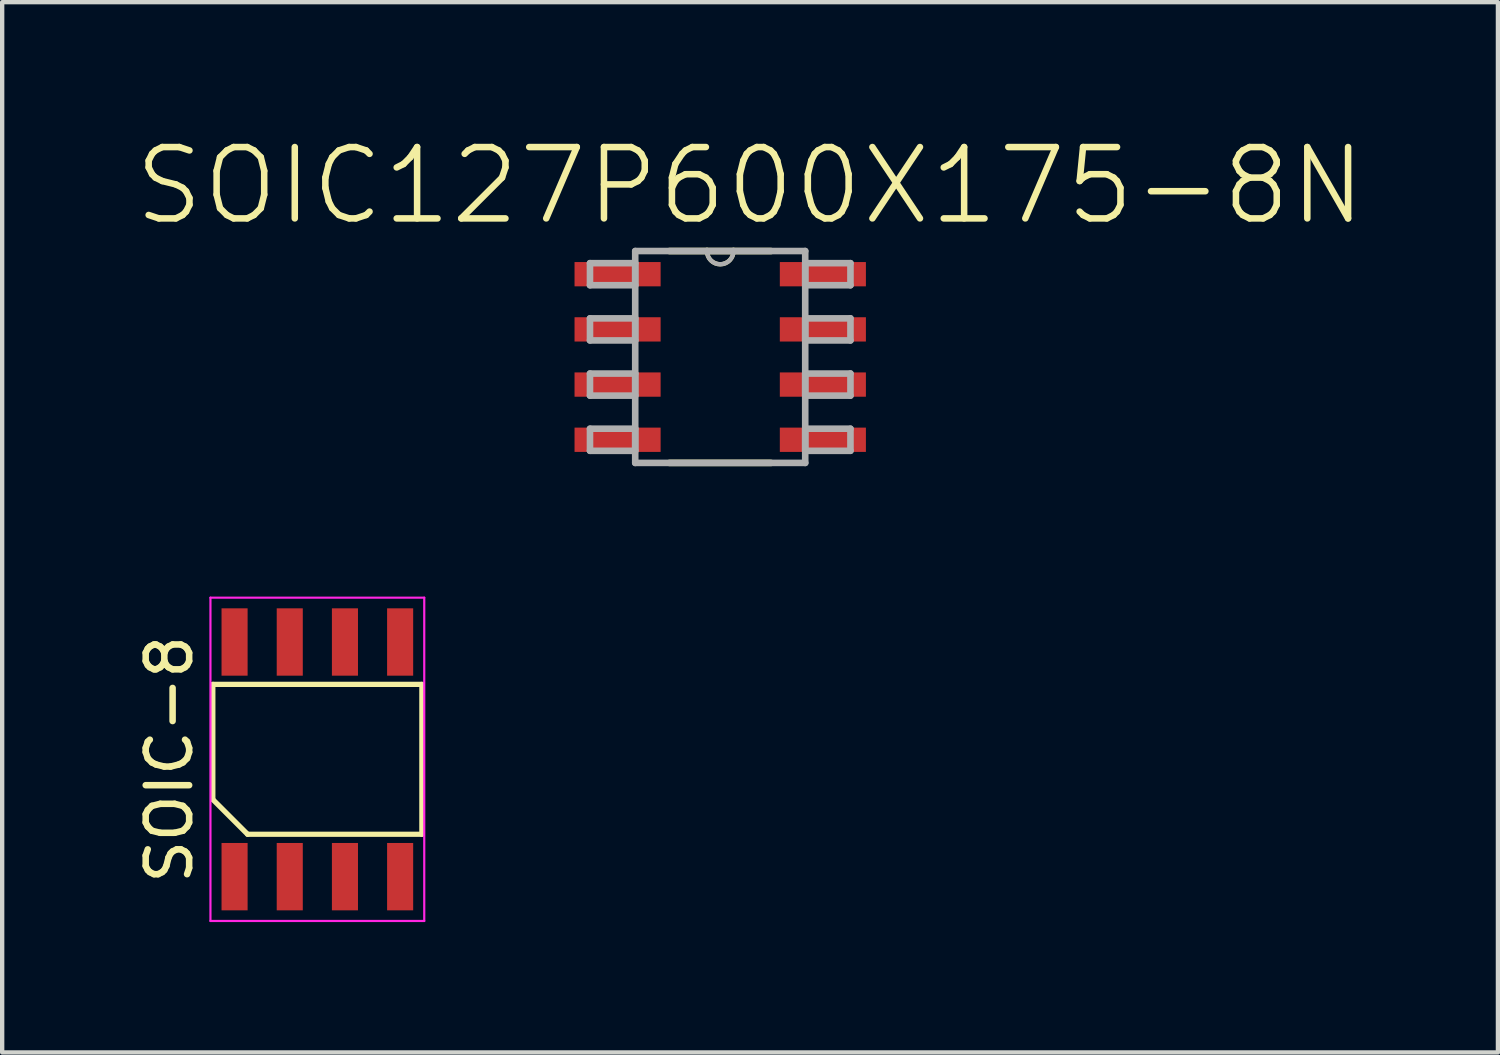
<source format=kicad_pcb>
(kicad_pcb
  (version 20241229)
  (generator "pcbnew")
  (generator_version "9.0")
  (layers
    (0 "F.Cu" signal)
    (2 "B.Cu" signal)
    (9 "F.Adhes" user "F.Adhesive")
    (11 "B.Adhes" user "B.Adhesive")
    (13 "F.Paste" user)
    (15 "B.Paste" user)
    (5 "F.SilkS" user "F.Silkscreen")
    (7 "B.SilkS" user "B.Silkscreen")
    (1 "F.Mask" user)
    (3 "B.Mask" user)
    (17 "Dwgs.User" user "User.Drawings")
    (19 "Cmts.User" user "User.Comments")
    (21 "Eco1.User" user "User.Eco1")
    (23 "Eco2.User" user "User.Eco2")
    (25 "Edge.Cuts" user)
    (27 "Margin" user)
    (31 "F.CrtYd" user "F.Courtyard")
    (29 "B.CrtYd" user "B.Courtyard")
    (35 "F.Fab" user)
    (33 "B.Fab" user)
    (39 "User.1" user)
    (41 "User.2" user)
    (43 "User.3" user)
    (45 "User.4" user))
  (footprint "SOIC127P600X175-8N"
    (layer "F.Cu")
    (at 13.524 5.165)
    (property "Reference" "SOIC127P600X175-8N" (at 0.687 -3.941 0) (layer "F.SilkS") (effects (font (size 1.642 1.642) (thickness 0.15))))
    (attr smd)
    (fp_line (start -1.168 2.438) (end 1.168 2.438) (stroke (width 0.152) (type solid)) (layer "F.SilkS"))
    (fp_line (start -0.305 -2.438) (end -1.168 -2.438) (stroke (width 0.152) (type solid)) (layer "F.SilkS"))
    (fp_line (start 0.305 -2.438) (end -0.305 -2.438) (stroke (width 0.152) (type solid)) (layer "F.SilkS"))
    (fp_line (start 1.168 -2.438) (end 0.305 -2.438) (stroke (width 0.152) (type solid)) (layer "F.SilkS"))
    (fp_arc (start 0.3048 -2.4384) (mid 0 -2.1336) (end -0.3048 -2.4384) (stroke (width 0.1) (type solid)) (layer "F.SilkS"))
    (fp_line (start -2.997 -2.159) (end -2.997 -1.651) (stroke (width 0.152) (type solid)) (layer "F.Fab"))
    (fp_line (start -2.997 -1.651) (end -1.956 -1.651) (stroke (width 0.152) (type solid)) (layer "F.Fab"))
    (fp_line (start -2.997 -0.889) (end -2.997 -0.381) (stroke (width 0.152) (type solid)) (layer "F.Fab"))
    (fp_line (start -2.997 -0.381) (end -1.956 -0.381) (stroke (width 0.152) (type solid)) (layer "F.Fab"))
    (fp_line (start -2.997 0.381) (end -2.997 0.889) (stroke (width 0.152) (type solid)) (layer "F.Fab"))
    (fp_line (start -2.997 0.889) (end -1.956 0.889) (stroke (width 0.152) (type solid)) (layer "F.Fab"))
    (fp_line (start -2.997 1.651) (end -2.997 2.159) (stroke (width 0.152) (type solid)) (layer "F.Fab"))
    (fp_line (start -2.997 2.159) (end -1.956 2.159) (stroke (width 0.152) (type solid)) (layer "F.Fab"))
    (fp_line (start -1.956 -2.438) (end -1.956 2.438) (stroke (width 0.152) (type solid)) (layer "F.Fab"))
    (fp_line (start -1.956 -2.159) (end -2.997 -2.159) (stroke (width 0.152) (type solid)) (layer "F.Fab"))
    (fp_line (start -1.956 -1.651) (end -1.956 -2.159) (stroke (width 0.152) (type solid)) (layer "F.Fab"))
    (fp_line (start -1.956 -0.889) (end -2.997 -0.889) (stroke (width 0.152) (type solid)) (layer "F.Fab"))
    (fp_line (start -1.956 -0.381) (end -1.956 -0.889) (stroke (width 0.152) (type solid)) (layer "F.Fab"))
    (fp_line (start -1.956 0.381) (end -2.997 0.381) (stroke (width 0.152) (type solid)) (layer "F.Fab"))
    (fp_line (start -1.956 0.889) (end -1.956 0.381) (stroke (width 0.152) (type solid)) (layer "F.Fab"))
    (fp_line (start -1.956 1.651) (end -2.997 1.651) (stroke (width 0.152) (type solid)) (layer "F.Fab"))
    (fp_line (start -1.956 2.159) (end -1.956 1.651) (stroke (width 0.152) (type solid)) (layer "F.Fab"))
    (fp_line (start -1.956 2.438) (end 1.956 2.438) (stroke (width 0.152) (type solid)) (layer "F.Fab"))
    (fp_line (start -0.305 -2.438) (end -1.956 -2.438) (stroke (width 0.152) (type solid)) (layer "F.Fab"))
    (fp_line (start 0.305 -2.438) (end -0.305 -2.438) (stroke (width 0.152) (type solid)) (layer "F.Fab"))
    (fp_line (start 1.956 -2.438) (end 0.305 -2.438) (stroke (width 0.152) (type solid)) (layer "F.Fab"))
    (fp_line (start 1.956 -2.159) (end 1.956 -1.651) (stroke (width 0.152) (type solid)) (layer "F.Fab"))
    (fp_line (start 1.956 -1.651) (end 2.997 -1.651) (stroke (width 0.152) (type solid)) (layer "F.Fab"))
    (fp_line (start 1.956 -0.889) (end 1.956 -0.381) (stroke (width 0.152) (type solid)) (layer "F.Fab"))
    (fp_line (start 1.956 -0.381) (end 2.997 -0.381) (stroke (width 0.152) (type solid)) (layer "F.Fab"))
    (fp_line (start 1.956 0.381) (end 1.956 0.889) (stroke (width 0.152) (type solid)) (layer "F.Fab"))
    (fp_line (start 1.956 0.889) (end 2.997 0.889) (stroke (width 0.152) (type solid)) (layer "F.Fab"))
    (fp_line (start 1.956 1.651) (end 1.956 2.159) (stroke (width 0.152) (type solid)) (layer "F.Fab"))
    (fp_line (start 1.956 2.159) (end 2.997 2.159) (stroke (width 0.152) (type solid)) (layer "F.Fab"))
    (fp_line (start 1.956 2.438) (end 1.956 -2.438) (stroke (width 0.152) (type solid)) (layer "F.Fab"))
    (fp_line (start 2.997 -2.159) (end 1.956 -2.159) (stroke (width 0.152) (type solid)) (layer "F.Fab"))
    (fp_line (start 2.997 -1.651) (end 2.997 -2.159) (stroke (width 0.152) (type solid)) (layer "F.Fab"))
    (fp_line (start 2.997 -0.889) (end 1.956 -0.889) (stroke (width 0.152) (type solid)) (layer "F.Fab"))
    (fp_line (start 2.997 -0.381) (end 2.997 -0.889) (stroke (width 0.152) (type solid)) (layer "F.Fab"))
    (fp_line (start 2.997 0.381) (end 1.956 0.381) (stroke (width 0.152) (type solid)) (layer "F.Fab"))
    (fp_line (start 2.997 0.889) (end 2.997 0.381) (stroke (width 0.152) (type solid)) (layer "F.Fab"))
    (fp_line (start 2.997 1.651) (end 1.956 1.651) (stroke (width 0.152) (type solid)) (layer "F.Fab"))
    (fp_line (start 2.997 2.159) (end 2.997 1.651) (stroke (width 0.152) (type solid)) (layer "F.Fab"))
    (fp_arc (start 0.3048 -2.4384) (mid 0 -2.1336) (end -0.3048 -2.4384) (stroke (width 0.1) (type solid)) (layer "F.Fab"))
    (pad "1" smd rect (at -2.362 -1.905) (size 1.981 0.559) (layers "F.Cu" "F.Mask" "F.Paste"))
    (pad "2" smd rect (at -2.362 -0.635) (size 1.981 0.559) (layers "F.Cu" "F.Mask" "F.Paste"))
    (pad "3" smd rect (at -2.362 0.635) (size 1.981 0.559) (layers "F.Cu" "F.Mask" "F.Paste"))
    (pad "4" smd rect (at -2.362 1.905) (size 1.981 0.559) (layers "F.Cu" "F.Mask" "F.Paste"))
    (pad "5" smd rect (at 2.362 1.905) (size 1.981 0.559) (layers "F.Cu" "F.Mask" "F.Paste"))
    (pad "6" smd rect (at 2.362 0.635) (size 1.981 0.559) (layers "F.Cu" "F.Mask" "F.Paste"))
    (pad "7" smd rect (at 2.362 -0.635) (size 1.981 0.559) (layers "F.Cu" "F.Mask" "F.Paste"))
    (pad "8" smd rect (at 2.362 -1.905) (size 1.981 0.559) (layers "F.Cu" "F.Mask" "F.Paste")))
  (footprint "SOIC-8"
    (layer "F.Cu")
    (at 4.253 14.424)
    (property "Reference" "SOIC-8" (at -3.405 0 90) (layer "F.SilkS") (effects (font (size 1 1) (thickness 0.15))))
    (attr smd)
    (fp_line (start -2.405 -1.725) (end 2.405 -1.725) (stroke (width 0.12) (type default)) (layer "F.SilkS"))
    (fp_line (start -2.405 0.925) (end -2.405 -1.725) (stroke (width 0.12) (type default)) (layer "F.SilkS"))
    (fp_line (start -1.605 1.725) (end -2.405 0.925) (stroke (width 0.12) (type default)) (layer "F.SilkS"))
    (fp_line (start 2.405 -1.725) (end 2.405 1.725) (stroke (width 0.12) (type default)) (layer "F.SilkS"))
    (fp_line (start 2.405 1.725) (end -1.605 1.725) (stroke (width 0.12) (type default)) (layer "F.SilkS"))
    (fp_line (start -2.46 -3.72) (end 2.46 -3.72) (stroke (width 0.05) (type default)) (layer "F.CrtYd"))
    (fp_line (start -2.46 3.72) (end -2.46 -3.72) (stroke (width 0.05) (type default)) (layer "F.CrtYd"))
    (fp_line (start 2.46 -3.72) (end 2.46 3.72) (stroke (width 0.05) (type default)) (layer "F.CrtYd"))
    (fp_line (start 2.46 3.72) (end -2.46 3.72) (stroke (width 0.05) (type default)) (layer "F.CrtYd"))
    (pad "1" smd rect (at -1.905 2.7) (size 0.6 1.55) (layers "F.Cu" "F.Mask" "F.Paste"))
    (pad "2" smd rect (at -0.635 2.7) (size 0.6 1.55) (layers "F.Cu" "F.Mask" "F.Paste"))
    (pad "3" smd rect (at 0.635 2.7) (size 0.6 1.55) (layers "F.Cu" "F.Mask" "F.Paste"))
    (pad "4" smd rect (at 1.905 2.7) (size 0.6 1.55) (layers "F.Cu" "F.Mask" "F.Paste"))
    (pad "5" smd rect (at 1.905 -2.7) (size 0.6 1.55) (layers "F.Cu" "F.Mask" "F.Paste"))
    (pad "6" smd rect (at 0.635 -2.7) (size 0.6 1.55) (layers "F.Cu" "F.Mask" "F.Paste"))
    (pad "7" smd rect (at -0.635 -2.7) (size 0.6 1.55) (layers "F.Cu" "F.Mask" "F.Paste"))
    (pad "8" smd rect (at -1.905 -2.7) (size 0.6 1.55) (layers "F.Cu" "F.Mask" "F.Paste")))
  (gr_rect
    (start -3 -3)
    (end 31.421 21.169)
    (stroke (width 0.1) (type default))
    (fill no)
    (layer "Edge.Cuts")))
</source>
